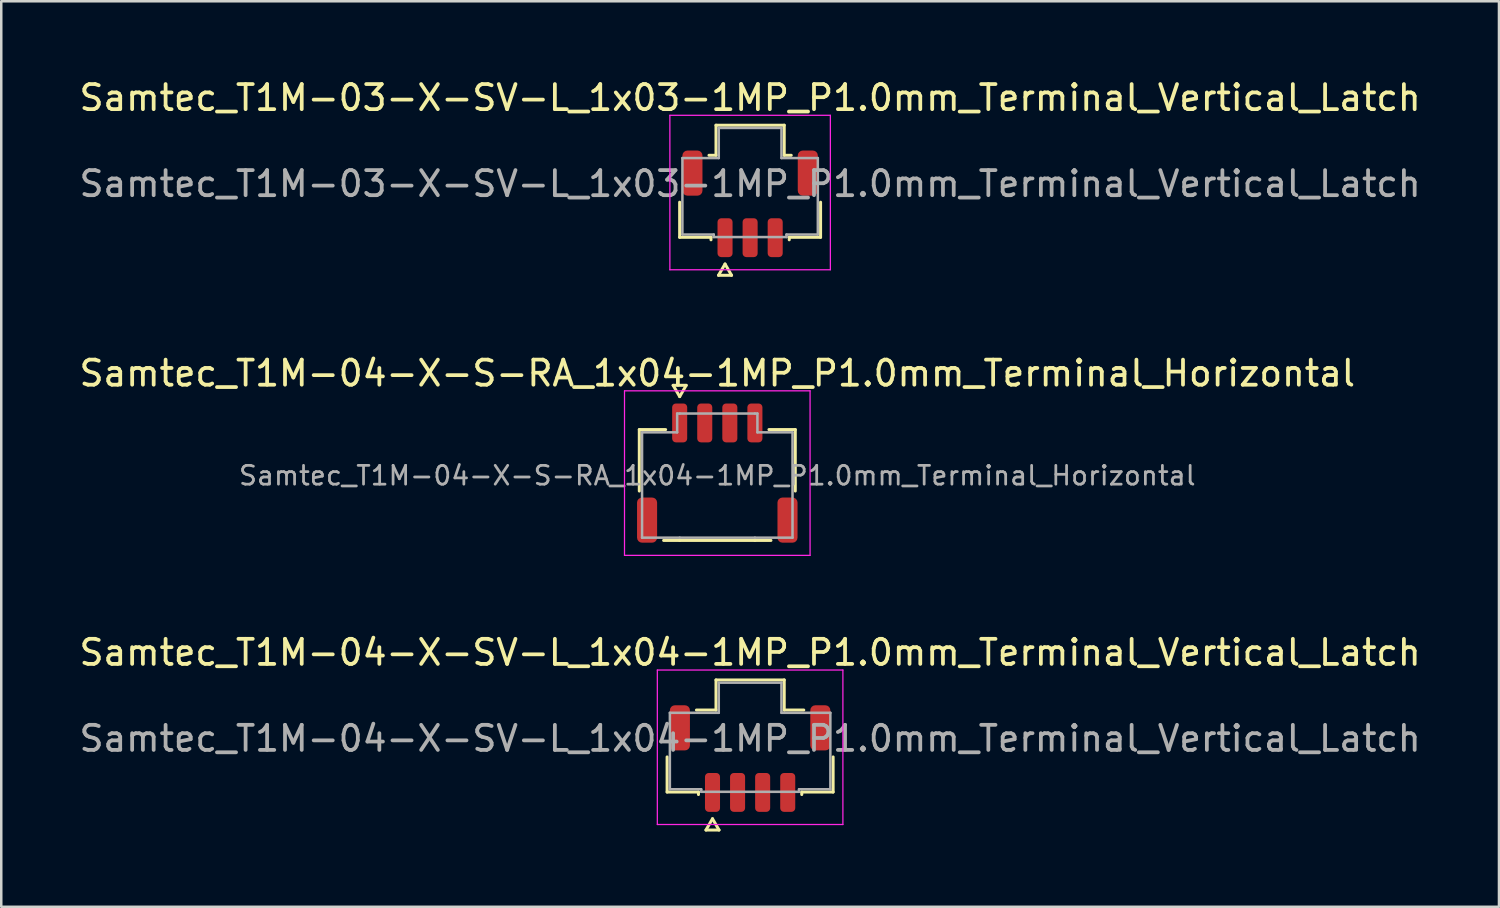
<source format=kicad_pcb>
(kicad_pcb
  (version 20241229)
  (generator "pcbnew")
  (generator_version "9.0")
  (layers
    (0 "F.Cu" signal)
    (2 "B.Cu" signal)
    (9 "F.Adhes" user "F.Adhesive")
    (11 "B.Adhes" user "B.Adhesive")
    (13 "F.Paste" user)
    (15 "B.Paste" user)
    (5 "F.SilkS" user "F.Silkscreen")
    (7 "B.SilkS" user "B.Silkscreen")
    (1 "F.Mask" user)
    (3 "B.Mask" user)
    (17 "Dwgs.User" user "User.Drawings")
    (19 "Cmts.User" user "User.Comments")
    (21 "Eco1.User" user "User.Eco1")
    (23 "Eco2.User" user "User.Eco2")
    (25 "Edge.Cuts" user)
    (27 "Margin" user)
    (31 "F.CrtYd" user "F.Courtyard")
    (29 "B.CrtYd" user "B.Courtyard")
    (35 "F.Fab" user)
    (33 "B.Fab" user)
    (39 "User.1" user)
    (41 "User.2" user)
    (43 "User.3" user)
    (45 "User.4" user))
  (footprint "Samtec_T1M-04-X-S-RA_1x04-1MP_P1.0mm_Terminal_Horizontal"
    (layer "F.Cu")
    (at 25.554 15.916)
    (property "Reference" "Samtec_T1M-04-X-S-RA_1x04-1MP_P1.0mm_Terminal_Horizontal" (at 0 -4.08 0) (layer "F.SilkS") (effects (font (size 1 1) (thickness 0.15))))
    (attr smd)
    (fp_line (start -3.11 -1.835) (end -2.06 -1.835) (stroke (width 0.12) (type solid)) (layer "F.SilkS"))
    (fp_line (start -3.11 0.615) (end -3.11 -1.835) (stroke (width 0.12) (type solid)) (layer "F.SilkS"))
    (fp_line (start -1.76 -3.6) (end -1.5 -3.15) (stroke (width 0.12) (type solid)) (layer "F.SilkS"))
    (fp_line (start -1.5 -3.15) (end -1.24 -3.6) (stroke (width 0.12) (type solid)) (layer "F.SilkS"))
    (fp_line (start -1.5 2.585) (end -2.14 2.585) (stroke (width 0.12) (type solid)) (layer "F.SilkS"))
    (fp_line (start -1.24 -3.6) (end -1.76 -3.6) (stroke (width 0.12) (type solid)) (layer "F.SilkS"))
    (fp_line (start 1.5 2.585) (end -1.5 2.585) (stroke (width 0.12) (type solid)) (layer "F.SilkS"))
    (fp_line (start 2.06 -1.835) (end 3.11 -1.835) (stroke (width 0.12) (type solid)) (layer "F.SilkS"))
    (fp_line (start 2.14 2.585) (end 1.5 2.585) (stroke (width 0.12) (type solid)) (layer "F.SilkS"))
    (fp_line (start 3.11 -1.835) (end 3.11 0.615) (stroke (width 0.12) (type solid)) (layer "F.SilkS"))
    (fp_line (start -3.7 -3.38) (end -3.7 3.18) (stroke (width 0.05) (type solid)) (layer "F.CrtYd"))
    (fp_line (start -3.7 3.18) (end 3.7 3.18) (stroke (width 0.05) (type solid)) (layer "F.CrtYd"))
    (fp_line (start 3.7 -3.38) (end -3.7 -3.38) (stroke (width 0.05) (type solid)) (layer "F.CrtYd"))
    (fp_line (start 3.7 3.18) (end 3.7 -3.38) (stroke (width 0.05) (type solid)) (layer "F.CrtYd"))
    (fp_line (start -3 -1.725) (end -1.6 -1.725) (stroke (width 0.1) (type solid)) (layer "F.Fab"))
    (fp_line (start -3 2.475) (end -3 -1.725) (stroke (width 0.1) (type solid)) (layer "F.Fab"))
    (fp_line (start -1.6 -2.475) (end -1.5 -2.475) (stroke (width 0.1) (type solid)) (layer "F.Fab"))
    (fp_line (start -1.6 -1.725) (end -1.6 -2.475) (stroke (width 0.1) (type solid)) (layer "F.Fab"))
    (fp_line (start -1.5 -2.475) (end 1.5 -2.475) (stroke (width 0.1) (type solid)) (layer "F.Fab"))
    (fp_line (start -1.5 2.475) (end -3 2.475) (stroke (width 0.1) (type solid)) (layer "F.Fab"))
    (fp_line (start 1.5 -2.475) (end 1.6 -2.475) (stroke (width 0.1) (type solid)) (layer "F.Fab"))
    (fp_line (start 1.5 2.475) (end -1.5 2.475) (stroke (width 0.1) (type solid)) (layer "F.Fab"))
    (fp_line (start 1.6 -2.475) (end 1.6 -1.725) (stroke (width 0.1) (type solid)) (layer "F.Fab"))
    (fp_line (start 1.6 -1.725) (end 3 -1.725) (stroke (width 0.1) (type solid)) (layer "F.Fab"))
    (fp_line (start 3 -1.725) (end 3 2.475) (stroke (width 0.1) (type solid)) (layer "F.Fab"))
    (fp_line (start 3 2.475) (end 1.5 2.475) (stroke (width 0.1) (type solid)) (layer "F.Fab"))
    (fp_text user "${REFERENCE}" (at 0 0 0) (layer "F.Fab") (effects (font (size 0.75 0.75) (thickness 0.11))))
    (pad "1" smd roundrect (at -1.5 -2.1) (size 0.6 1.55) (layers "F.Cu" "F.Mask" "F.Paste") (roundrect_rratio 0.25))
    (pad "2" smd roundrect (at -0.5 -2.1) (size 0.6 1.55) (layers "F.Cu" "F.Mask" "F.Paste") (roundrect_rratio 0.25))
    (pad "3" smd roundrect (at 0.5 -2.1) (size 0.6 1.55) (layers "F.Cu" "F.Mask" "F.Paste") (roundrect_rratio 0.25))
    (pad "4" smd roundrect (at 1.5 -2.1) (size 0.6 1.55) (layers "F.Cu" "F.Mask" "F.Paste") (roundrect_rratio 0.25))
    (pad "MP" smd roundrect (at -2.8 1.775) (size 0.8 1.8) (layers "F.Cu" "F.Mask" "F.Paste") (roundrect_rratio 0.25))
    (pad "MP" smd roundrect (at 2.8 1.775) (size 0.8 1.8) (layers "F.Cu" "F.Mask" "F.Paste") (roundrect_rratio 0.25)))
  (footprint "Samtec_T1M-04-X-SV-L_1x04-1MP_P1.0mm_Terminal_Vertical_Latch"
    (layer "F.Cu")
    (at 26.863 26.4)
    (property "Reference" "Samtec_T1M-04-X-SV-L_1x04-1MP_P1.0mm_Terminal_Vertical_Latch" (at 0 -3.43 0) (layer "F.SilkS") (effects (font (size 1 1) (thickness 0.15))))
    (attr smd)
    (fp_line (start -3.31 2.135) (end -3.31 0.735) (stroke (width 0.12) (type solid)) (layer "F.SilkS"))
    (fp_line (start -2.14 -1.135) (end -1.36 -1.135) (stroke (width 0.12) (type solid)) (layer "F.SilkS"))
    (fp_line (start -2.06 2.135) (end -3.31 2.135) (stroke (width 0.12) (type solid)) (layer "F.SilkS"))
    (fp_line (start -2.06 2.235) (end -2.06 2.135) (stroke (width 0.12) (type solid)) (layer "F.SilkS"))
    (fp_line (start -1.76 3.65) (end -1.5 3.2) (stroke (width 0.12) (type solid)) (layer "F.SilkS"))
    (fp_line (start -1.5 3.2) (end -1.24 3.65) (stroke (width 0.12) (type solid)) (layer "F.SilkS"))
    (fp_line (start -1.36 -2.335) (end 1.36 -2.335) (stroke (width 0.12) (type solid)) (layer "F.SilkS"))
    (fp_line (start -1.36 -1.135) (end -1.36 -2.335) (stroke (width 0.12) (type solid)) (layer "F.SilkS"))
    (fp_line (start -1.24 3.65) (end -1.76 3.65) (stroke (width 0.12) (type solid)) (layer "F.SilkS"))
    (fp_line (start 1.36 -2.335) (end 1.36 -1.135) (stroke (width 0.12) (type solid)) (layer "F.SilkS"))
    (fp_line (start 1.36 -1.135) (end 2.14 -1.135) (stroke (width 0.12) (type solid)) (layer "F.SilkS"))
    (fp_line (start 2.06 2.135) (end 2.06 2.235) (stroke (width 0.12) (type solid)) (layer "F.SilkS"))
    (fp_line (start 3.31 0.735) (end 3.31 2.135) (stroke (width 0.12) (type solid)) (layer "F.SilkS"))
    (fp_line (start 3.31 2.135) (end 2.06 2.135) (stroke (width 0.12) (type solid)) (layer "F.SilkS"))
    (fp_line (start -3.7 -2.73) (end -3.7 3.43) (stroke (width 0.05) (type solid)) (layer "F.CrtYd"))
    (fp_line (start -3.7 3.43) (end 3.7 3.43) (stroke (width 0.05) (type solid)) (layer "F.CrtYd"))
    (fp_line (start 3.7 -2.73) (end -3.7 -2.73) (stroke (width 0.05) (type solid)) (layer "F.CrtYd"))
    (fp_line (start 3.7 3.43) (end 3.7 -2.73) (stroke (width 0.05) (type solid)) (layer "F.CrtYd"))
    (fp_line (start -3.2 -1.025) (end -1.25 -1.025) (stroke (width 0.1) (type solid)) (layer "F.Fab"))
    (fp_line (start -3.2 2.025) (end -3.2 -1.025) (stroke (width 0.1) (type solid)) (layer "F.Fab"))
    (fp_line (start -1.95 2.025) (end -3.2 2.025) (stroke (width 0.1) (type solid)) (layer "F.Fab"))
    (fp_line (start -1.95 2.125) (end -1.95 2.025) (stroke (width 0.1) (type solid)) (layer "F.Fab"))
    (fp_line (start -1.25 -2.225) (end 1.25 -2.225) (stroke (width 0.1) (type solid)) (layer "F.Fab"))
    (fp_line (start -1.25 -1.025) (end -1.25 -2.225) (stroke (width 0.1) (type solid)) (layer "F.Fab"))
    (fp_line (start 1.25 -2.225) (end 1.25 -1.025) (stroke (width 0.1) (type solid)) (layer "F.Fab"))
    (fp_line (start 1.25 -1.025) (end 3.2 -1.025) (stroke (width 0.1) (type solid)) (layer "F.Fab"))
    (fp_line (start 1.95 2.025) (end 1.95 2.125) (stroke (width 0.1) (type solid)) (layer "F.Fab"))
    (fp_line (start 1.95 2.125) (end -1.95 2.125) (stroke (width 0.1) (type solid)) (layer "F.Fab"))
    (fp_line (start 3.2 -1.025) (end 3.2 2.025) (stroke (width 0.1) (type solid)) (layer "F.Fab"))
    (fp_line (start 3.2 2.025) (end 1.95 2.025) (stroke (width 0.1) (type solid)) (layer "F.Fab"))
    (fp_text user "${REFERENCE}" (at 0 0 0) (layer "F.Fab") (effects (font (size 1 1) (thickness 0.15))))
    (pad "1" smd roundrect (at -1.5 2.15) (size 0.6 1.55) (layers "F.Cu" "F.Mask" "F.Paste") (roundrect_rratio 0.25))
    (pad "2" smd roundrect (at -0.5 2.15) (size 0.6 1.55) (layers "F.Cu" "F.Mask" "F.Paste") (roundrect_rratio 0.25))
    (pad "3" smd roundrect (at 0.5 2.15) (size 0.6 1.55) (layers "F.Cu" "F.Mask" "F.Paste") (roundrect_rratio 0.25))
    (pad "4" smd roundrect (at 1.5 2.15) (size 0.6 1.55) (layers "F.Cu" "F.Mask" "F.Paste") (roundrect_rratio 0.25))
    (pad "MP" smd roundrect (at -2.8 -0.425) (size 0.8 1.8) (layers "F.Cu" "F.Mask" "F.Paste") (roundrect_rratio 0.25))
    (pad "MP" smd roundrect (at 2.8 -0.425) (size 0.8 1.8) (layers "F.Cu" "F.Mask" "F.Paste") (roundrect_rratio 0.25)))
  (footprint "Samtec_T1M-03-X-SV-L_1x03-1MP_P1.0mm_Terminal_Vertical_Latch"
    (layer "F.Cu")
    (at 26.863 4.278)
    (property "Reference" "Samtec_T1M-03-X-SV-L_1x03-1MP_P1.0mm_Terminal_Vertical_Latch" (at 0 -3.43 0) (layer "F.SilkS") (effects (font (size 1 1) (thickness 0.15))))
    (attr smd)
    (fp_line (start -2.81 2.135) (end -2.81 0.735) (stroke (width 0.12) (type solid)) (layer "F.SilkS"))
    (fp_line (start -1.64 -1.135) (end -1.36 -1.135) (stroke (width 0.12) (type solid)) (layer "F.SilkS"))
    (fp_line (start -1.56 2.135) (end -2.81 2.135) (stroke (width 0.12) (type solid)) (layer "F.SilkS"))
    (fp_line (start -1.56 2.235) (end -1.56 2.135) (stroke (width 0.12) (type solid)) (layer "F.SilkS"))
    (fp_line (start -1.36 -2.335) (end 1.36 -2.335) (stroke (width 0.12) (type solid)) (layer "F.SilkS"))
    (fp_line (start -1.36 -1.135) (end -1.36 -2.335) (stroke (width 0.12) (type solid)) (layer "F.SilkS"))
    (fp_line (start -1.26 3.65) (end -1 3.2) (stroke (width 0.12) (type solid)) (layer "F.SilkS"))
    (fp_line (start -1 3.2) (end -0.74 3.65) (stroke (width 0.12) (type solid)) (layer "F.SilkS"))
    (fp_line (start -0.74 3.65) (end -1.26 3.65) (stroke (width 0.12) (type solid)) (layer "F.SilkS"))
    (fp_line (start 1.36 -2.335) (end 1.36 -1.135) (stroke (width 0.12) (type solid)) (layer "F.SilkS"))
    (fp_line (start 1.36 -1.135) (end 1.64 -1.135) (stroke (width 0.12) (type solid)) (layer "F.SilkS"))
    (fp_line (start 1.56 2.135) (end 1.56 2.235) (stroke (width 0.12) (type solid)) (layer "F.SilkS"))
    (fp_line (start 2.81 0.735) (end 2.81 2.135) (stroke (width 0.12) (type solid)) (layer "F.SilkS"))
    (fp_line (start 2.81 2.135) (end 1.56 2.135) (stroke (width 0.12) (type solid)) (layer "F.SilkS"))
    (fp_line (start -3.2 -2.73) (end -3.2 3.43) (stroke (width 0.05) (type solid)) (layer "F.CrtYd"))
    (fp_line (start -3.2 3.43) (end 3.2 3.43) (stroke (width 0.05) (type solid)) (layer "F.CrtYd"))
    (fp_line (start 3.2 -2.73) (end -3.2 -2.73) (stroke (width 0.05) (type solid)) (layer "F.CrtYd"))
    (fp_line (start 3.2 3.43) (end 3.2 -2.73) (stroke (width 0.05) (type solid)) (layer "F.CrtYd"))
    (fp_line (start -2.7 -1.025) (end -1.25 -1.025) (stroke (width 0.1) (type solid)) (layer "F.Fab"))
    (fp_line (start -2.7 2.025) (end -2.7 -1.025) (stroke (width 0.1) (type solid)) (layer "F.Fab"))
    (fp_line (start -1.45 2.025) (end -2.7 2.025) (stroke (width 0.1) (type solid)) (layer "F.Fab"))
    (fp_line (start -1.45 2.125) (end -1.45 2.025) (stroke (width 0.1) (type solid)) (layer "F.Fab"))
    (fp_line (start -1.25 -2.225) (end 1.25 -2.225) (stroke (width 0.1) (type solid)) (layer "F.Fab"))
    (fp_line (start -1.25 -1.025) (end -1.25 -2.225) (stroke (width 0.1) (type solid)) (layer "F.Fab"))
    (fp_line (start 1.25 -2.225) (end 1.25 -1.025) (stroke (width 0.1) (type solid)) (layer "F.Fab"))
    (fp_line (start 1.25 -1.025) (end 2.7 -1.025) (stroke (width 0.1) (type solid)) (layer "F.Fab"))
    (fp_line (start 1.45 2.025) (end 1.45 2.125) (stroke (width 0.1) (type solid)) (layer "F.Fab"))
    (fp_line (start 1.45 2.125) (end -1.45 2.125) (stroke (width 0.1) (type solid)) (layer "F.Fab"))
    (fp_line (start 2.7 -1.025) (end 2.7 2.025) (stroke (width 0.1) (type solid)) (layer "F.Fab"))
    (fp_line (start 2.7 2.025) (end 1.45 2.025) (stroke (width 0.1) (type solid)) (layer "F.Fab"))
    (fp_text user "${REFERENCE}" (at 0 0 0) (layer "F.Fab") (effects (font (size 1 1) (thickness 0.15))))
    (pad "1" smd roundrect (at -1 2.15) (size 0.6 1.55) (layers "F.Cu" "F.Mask" "F.Paste") (roundrect_rratio 0.25))
    (pad "2" smd roundrect (at 0 2.15) (size 0.6 1.55) (layers "F.Cu" "F.Mask" "F.Paste") (roundrect_rratio 0.25))
    (pad "3" smd roundrect (at 1 2.15) (size 0.6 1.55) (layers "F.Cu" "F.Mask" "F.Paste") (roundrect_rratio 0.25))
    (pad "MP" smd roundrect (at -2.3 -0.425) (size 0.8 1.8) (layers "F.Cu" "F.Mask" "F.Paste") (roundrect_rratio 0.25))
    (pad "MP" smd roundrect (at 2.3 -0.425) (size 0.8 1.8) (layers "F.Cu" "F.Mask" "F.Paste") (roundrect_rratio 0.25)))
  (gr_rect
    (start -3 -3)
    (end 56.726 33.11)
    (stroke (width 0.1) (type default))
    (fill no)
    (layer "Edge.Cuts")))
</source>
